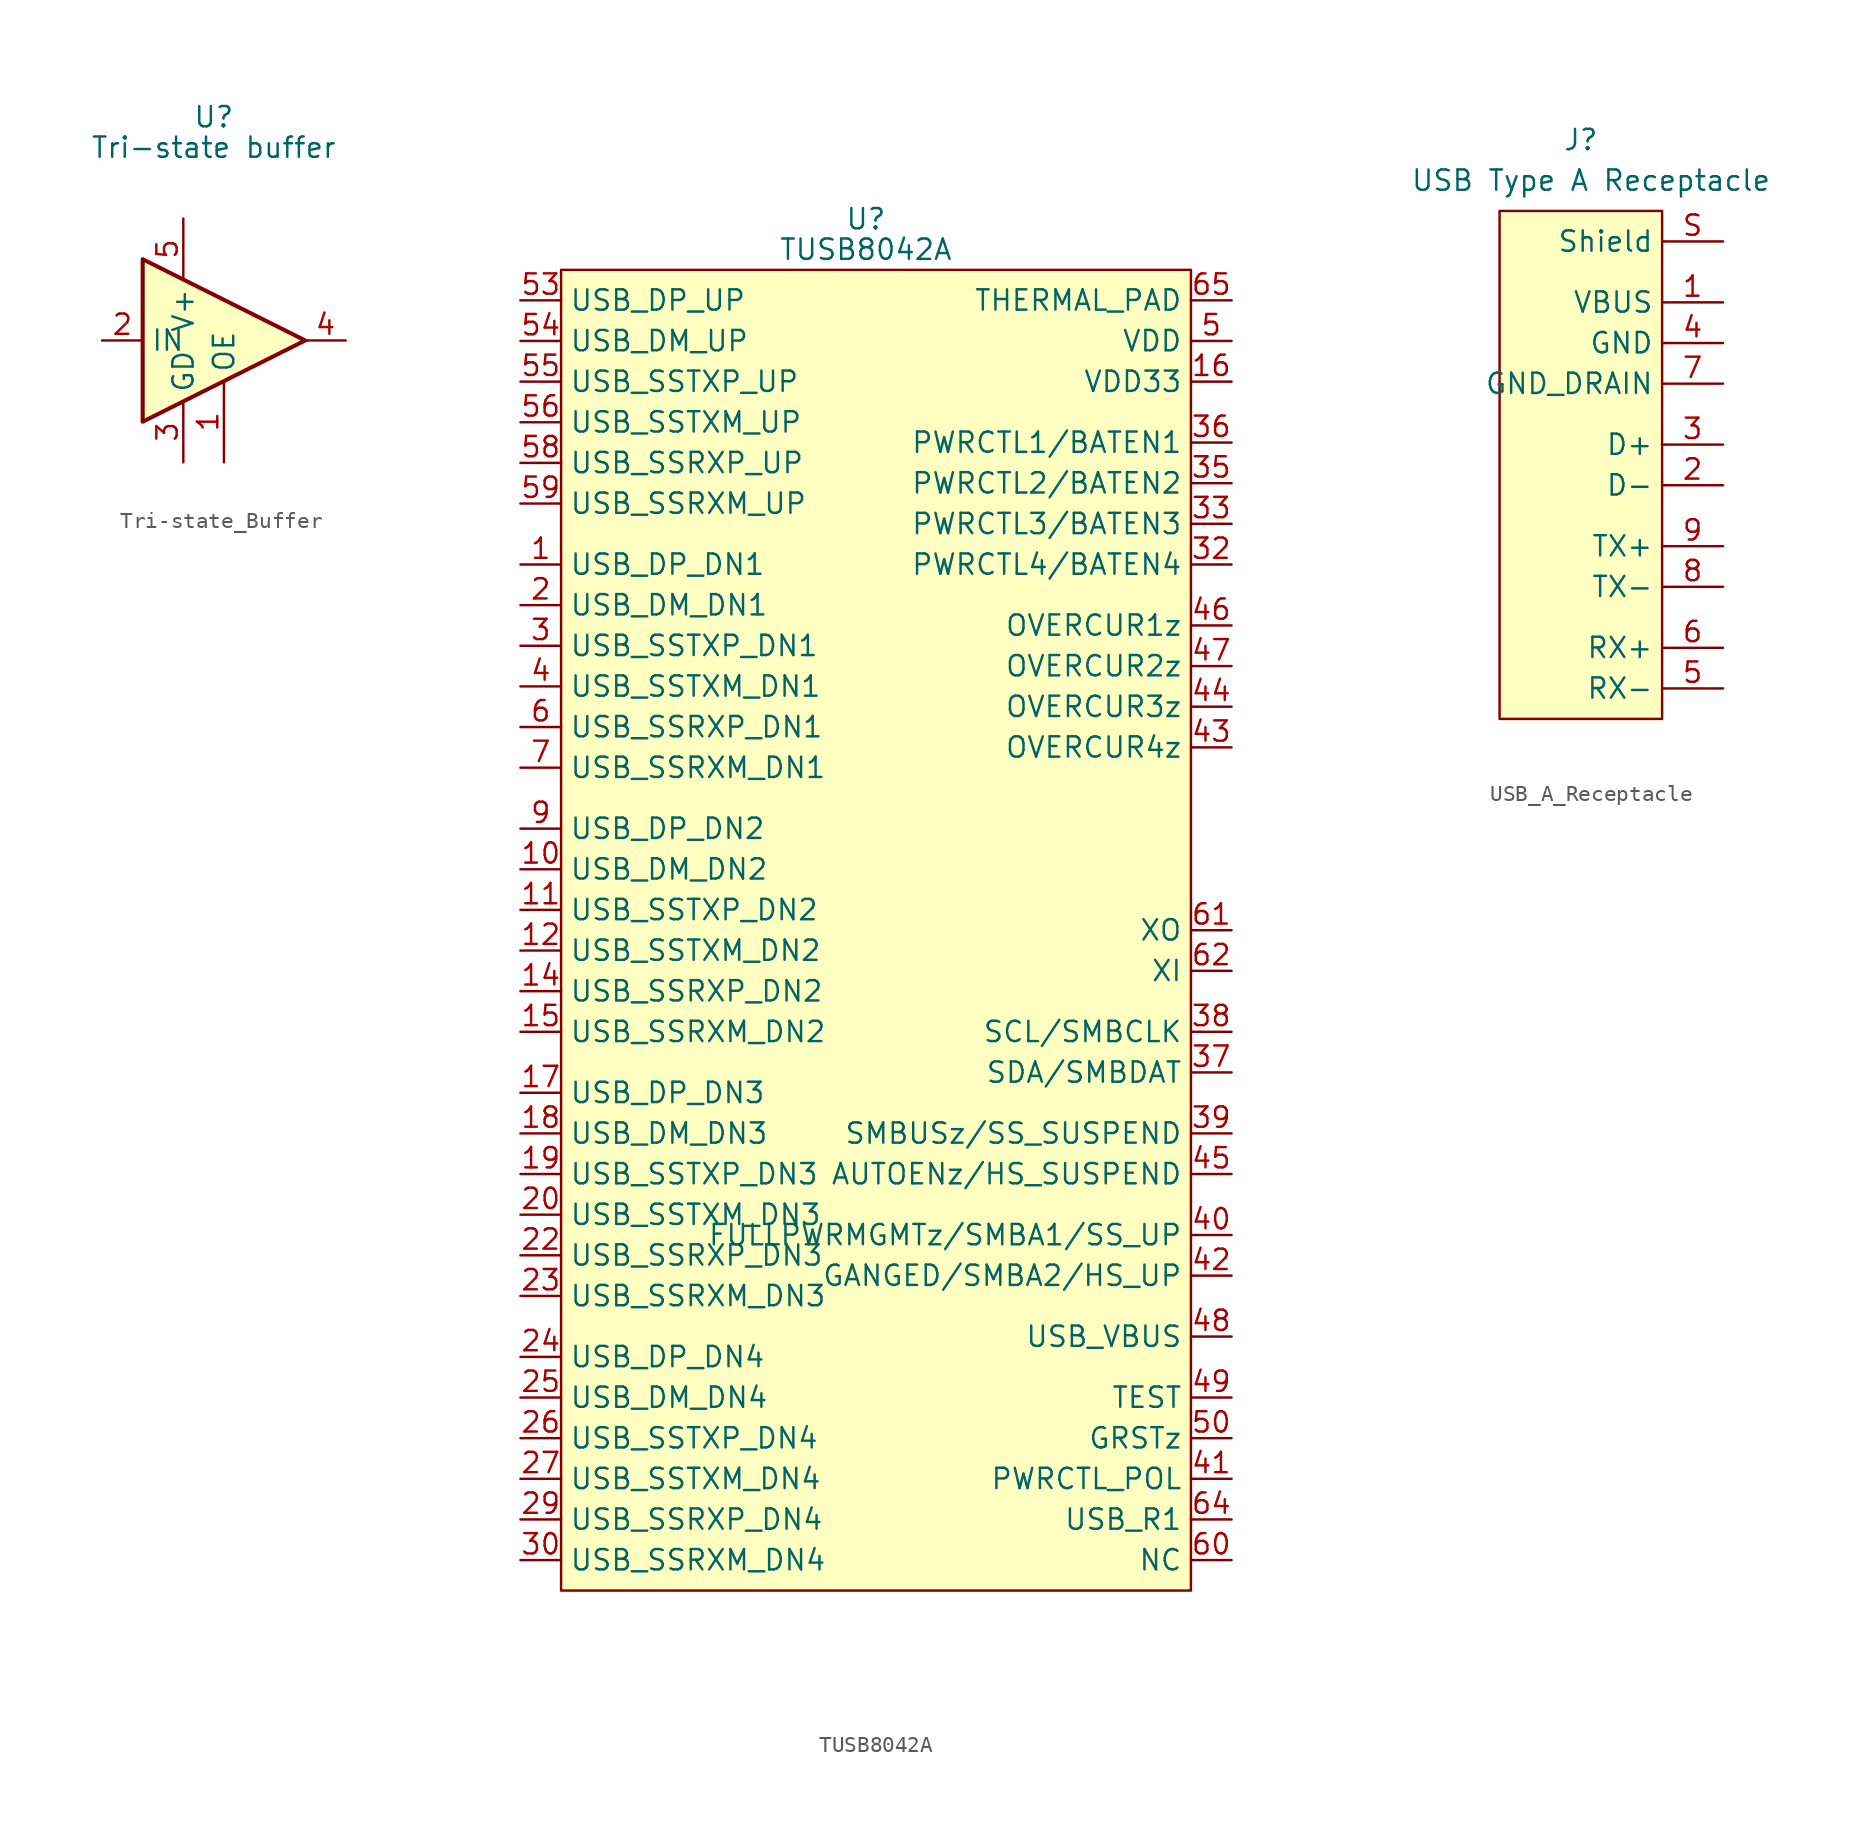
<source format=kicad_sym>
(kicad_symbol_lib
  (version 20220914)
  (generator kicad_symbol_editor)
  (symbol "Tri-state_Buffer"
    (property "Reference" "U"
      (at 0 8.255 0)
      (effects (font (size 1.27 1.27))))
    (property "Value" "Tri-state buffer"
      (at 0 6.35 0)
      (effects (font (size 1.27 1.27))))
    (symbol "Tri-state_Buffer_0_1"
      (polyline (pts (xy -4.445 -0.635) (xy 5.715 -5.715) (xy -4.445 -10.795) (xy -4.445 -0.635)) (stroke (width 0.254) (type default)) (fill (type background))))
    (symbol "Tri-state_Buffer_1_1"
      (pin passive line (at 0.635 -13.335 90) (length 5.08) (name "OE" (effects (font (size 1.27 1.27)))) (number "1" (effects (font (size 1.27 1.27)))))
      (pin input line (at -6.985 -5.715 0) (length 2.54) (name "IN" (effects (font (size 1.27 1.27)))) (number "2" (effects (font (size 1.27 1.27)))))
      (pin power_in line (at -1.905 -13.335 90) (length 3.81) (name "GD" (effects (font (size 1.27 1.27)))) (number "3" (effects (font (size 1.27 1.27)))))
      (pin output line (at 8.255 -5.715 180) (length 2.54) (name "~" (effects (font (size 1.27 1.27)))) (number "4" (effects (font (size 1.27 1.27)))))
      (pin power_in line (at -1.905 1.905 270) (length 3.81) (name "V+" (effects (font (size 1.27 1.27)))) (number "5" (effects (font (size 1.27 1.27)))))))
  (symbol "TUSB8042A"
    (property "Reference" "U"
      (at 21.59 3.81 0)
      (effects (font (size 1.27 1.27))))
    (property "Value" "TUSB8042A"
      (at 21.59 1.905 0)
      (effects (font (size 1.27 1.27))))
    (symbol "TUSB8042A_1_1"
      (rectangle (start 2.54 0.635) (end 41.91 -81.915) (stroke (width 0) (type default)) (fill (type background)))
      (pin input line (at 0 -17.78 0) (length 2.54) (name "USB_DP_DN1" (effects (font (size 1.27 1.27)))) (number "1" (effects (font (size 1.27 1.27)))))
      (pin input line (at 0 -36.83 0) (length 2.54) (name "USB_DM_DN2" (effects (font (size 1.27 1.27)))) (number "10" (effects (font (size 1.27 1.27)))))
      (pin input line (at 0 -39.37 0) (length 2.54) (name "USB_SSTXP_DN2" (effects (font (size 1.27 1.27)))) (number "11" (effects (font (size 1.27 1.27)))))
      (pin input line (at 0 -41.91 0) (length 2.54) (name "USB_SSTXM_DN2" (effects (font (size 1.27 1.27)))) (number "12" (effects (font (size 1.27 1.27)))))
      (pin input line (at 44.45 -3.81 180) (length 2.54) hide (name "VDD" (effects (font (size 1.27 1.27)))) (number "13" (effects (font (size 1.27 1.27)))))
      (pin input line (at 0 -44.45 0) (length 2.54) (name "USB_SSRXP_DN2" (effects (font (size 1.27 1.27)))) (number "14" (effects (font (size 1.27 1.27)))))
      (pin input line (at 0 -46.99 0) (length 2.54) (name "USB_SSRXM_DN2" (effects (font (size 1.27 1.27)))) (number "15" (effects (font (size 1.27 1.27)))))
      (pin input line (at 44.45 -6.35 180) (length 2.54) (name "VDD33" (effects (font (size 1.27 1.27)))) (number "16" (effects (font (size 1.27 1.27)))))
      (pin input line (at 0 -50.8 0) (length 2.54) (name "USB_DP_DN3" (effects (font (size 1.27 1.27)))) (number "17" (effects (font (size 1.27 1.27)))))
      (pin input line (at 0 -53.34 0) (length 2.54) (name "USB_DM_DN3" (effects (font (size 1.27 1.27)))) (number "18" (effects (font (size 1.27 1.27)))))
      (pin input line (at 0 -55.88 0) (length 2.54) (name "USB_SSTXP_DN3" (effects (font (size 1.27 1.27)))) (number "19" (effects (font (size 1.27 1.27)))))
      (pin input line (at 0 -20.32 0) (length 2.54) (name "USB_DM_DN1" (effects (font (size 1.27 1.27)))) (number "2" (effects (font (size 1.27 1.27)))))
      (pin input line (at 0 -58.42 0) (length 2.54) (name "USB_SSTXM_DN3" (effects (font (size 1.27 1.27)))) (number "20" (effects (font (size 1.27 1.27)))))
      (pin input line (at 44.45 -3.81 180) (length 2.54) hide (name "VDD" (effects (font (size 1.27 1.27)))) (number "21" (effects (font (size 1.27 1.27)))))
      (pin input line (at 0 -60.96 0) (length 2.54) (name "USB_SSRXP_DN3" (effects (font (size 1.27 1.27)))) (number "22" (effects (font (size 1.27 1.27)))))
      (pin input line (at 0 -63.5 0) (length 2.54) (name "USB_SSRXM_DN3" (effects (font (size 1.27 1.27)))) (number "23" (effects (font (size 1.27 1.27)))))
      (pin input line (at 0 -67.31 0) (length 2.54) (name "USB_DP_DN4" (effects (font (size 1.27 1.27)))) (number "24" (effects (font (size 1.27 1.27)))))
      (pin input line (at 0 -69.85 0) (length 2.54) (name "USB_DM_DN4" (effects (font (size 1.27 1.27)))) (number "25" (effects (font (size 1.27 1.27)))))
      (pin input line (at 0 -72.39 0) (length 2.54) (name "USB_SSTXP_DN4" (effects (font (size 1.27 1.27)))) (number "26" (effects (font (size 1.27 1.27)))))
      (pin input line (at 0 -74.93 0) (length 2.54) (name "USB_SSTXM_DN4" (effects (font (size 1.27 1.27)))) (number "27" (effects (font (size 1.27 1.27)))))
      (pin input line (at 44.45 -3.81 180) (length 2.54) hide (name "VDD" (effects (font (size 1.27 1.27)))) (number "28" (effects (font (size 1.27 1.27)))))
      (pin input line (at 0 -77.47 0) (length 2.54) (name "USB_SSRXP_DN4" (effects (font (size 1.27 1.27)))) (number "29" (effects (font (size 1.27 1.27)))))
      (pin input line (at 0 -22.86 0) (length 2.54) (name "USB_SSTXP_DN1" (effects (font (size 1.27 1.27)))) (number "3" (effects (font (size 1.27 1.27)))))
      (pin input line (at 0 -80.01 0) (length 2.54) (name "USB_SSRXM_DN4" (effects (font (size 1.27 1.27)))) (number "30" (effects (font (size 1.27 1.27)))))
      (pin input line (at 44.45 -3.81 180) (length 2.54) hide (name "VDD" (effects (font (size 1.27 1.27)))) (number "31" (effects (font (size 1.27 1.27)))))
      (pin input line (at 44.45 -17.78 180) (length 2.54) (name "PWRCTL4/BATEN4" (effects (font (size 1.27 1.27)))) (number "32" (effects (font (size 1.27 1.27)))))
      (pin input line (at 44.45 -15.24 180) (length 2.54) (name "PWRCTL3/BATEN3" (effects (font (size 1.27 1.27)))) (number "33" (effects (font (size 1.27 1.27)))))
      (pin input line (at 44.45 -6.35 180) (length 2.54) hide (name "VDD33" (effects (font (size 1.27 1.27)))) (number "34" (effects (font (size 1.27 1.27)))))
      (pin input line (at 44.45 -12.7 180) (length 2.54) (name "PWRCTL2/BATEN2" (effects (font (size 1.27 1.27)))) (number "35" (effects (font (size 1.27 1.27)))))
      (pin input line (at 44.45 -10.16 180) (length 2.54) (name "PWRCTL1/BATEN1" (effects (font (size 1.27 1.27)))) (number "36" (effects (font (size 1.27 1.27)))))
      (pin input line (at 44.45 -49.53 180) (length 2.54) (name "SDA/SMBDAT" (effects (font (size 1.27 1.27)))) (number "37" (effects (font (size 1.27 1.27)))))
      (pin input line (at 44.45 -46.99 180) (length 2.54) (name "SCL/SMBCLK" (effects (font (size 1.27 1.27)))) (number "38" (effects (font (size 1.27 1.27)))))
      (pin input line (at 44.45 -53.34 180) (length 2.54) (name "SMBUSz/SS_SUSPEND" (effects (font (size 1.27 1.27)))) (number "39" (effects (font (size 1.27 1.27)))))
      (pin input line (at 0 -25.4 0) (length 2.54) (name "USB_SSTXM_DN1" (effects (font (size 1.27 1.27)))) (number "4" (effects (font (size 1.27 1.27)))))
      (pin input line (at 44.45 -59.69 180) (length 2.54) (name "FULLPWRMGMTz/SMBA1/SS_UP" (effects (font (size 1.27 1.27)))) (number "40" (effects (font (size 1.27 1.27)))))
      (pin input line (at 44.45 -74.93 180) (length 2.54) (name "PWRCTL_POL" (effects (font (size 1.27 1.27)))) (number "41" (effects (font (size 1.27 1.27)))))
      (pin input line (at 44.45 -62.23 180) (length 2.54) (name "GANGED/SMBA2/HS_UP" (effects (font (size 1.27 1.27)))) (number "42" (effects (font (size 1.27 1.27)))))
      (pin input line (at 44.45 -29.21 180) (length 2.54) (name "OVERCUR4z" (effects (font (size 1.27 1.27)))) (number "43" (effects (font (size 1.27 1.27)))))
      (pin input line (at 44.45 -26.67 180) (length 2.54) (name "OVERCUR3z" (effects (font (size 1.27 1.27)))) (number "44" (effects (font (size 1.27 1.27)))))
      (pin input line (at 44.45 -55.88 180) (length 2.54) (name "AUTOENz/HS_SUSPEND" (effects (font (size 1.27 1.27)))) (number "45" (effects (font (size 1.27 1.27)))))
      (pin input line (at 44.45 -21.59 180) (length 2.54) (name "OVERCUR1z" (effects (font (size 1.27 1.27)))) (number "46" (effects (font (size 1.27 1.27)))))
      (pin input line (at 44.45 -24.13 180) (length 2.54) (name "OVERCUR2z" (effects (font (size 1.27 1.27)))) (number "47" (effects (font (size 1.27 1.27)))))
      (pin input line (at 44.45 -66.04 180) (length 2.54) (name "USB_VBUS" (effects (font (size 1.27 1.27)))) (number "48" (effects (font (size 1.27 1.27)))))
      (pin input line (at 44.45 -69.85 180) (length 2.54) (name "TEST" (effects (font (size 1.27 1.27)))) (number "49" (effects (font (size 1.27 1.27)))))
      (pin input line (at 44.45 -3.81 180) (length 2.54) (name "VDD" (effects (font (size 1.27 1.27)))) (number "5" (effects (font (size 1.27 1.27)))))
      (pin input line (at 44.45 -72.39 180) (length 2.54) (name "GRSTz" (effects (font (size 1.27 1.27)))) (number "50" (effects (font (size 1.27 1.27)))))
      (pin input line (at 44.45 -3.81 180) (length 2.54) hide (name "VDD" (effects (font (size 1.27 1.27)))) (number "51" (effects (font (size 1.27 1.27)))))
      (pin input line (at 44.45 -6.35 180) (length 2.54) hide (name "VDD33" (effects (font (size 1.27 1.27)))) (number "52" (effects (font (size 1.27 1.27)))))
      (pin input line (at 0 -1.27 0) (length 2.54) (name "USB_DP_UP" (effects (font (size 1.27 1.27)))) (number "53" (effects (font (size 1.27 1.27)))))
      (pin input line (at 0 -3.81 0) (length 2.54) (name "USB_DM_UP" (effects (font (size 1.27 1.27)))) (number "54" (effects (font (size 1.27 1.27)))))
      (pin input line (at 0 -6.35 0) (length 2.54) (name "USB_SSTXP_UP" (effects (font (size 1.27 1.27)))) (number "55" (effects (font (size 1.27 1.27)))))
      (pin input line (at 0 -8.89 0) (length 2.54) (name "USB_SSTXM_UP" (effects (font (size 1.27 1.27)))) (number "56" (effects (font (size 1.27 1.27)))))
      (pin input line (at 44.45 -3.81 180) (length 2.54) hide (name "VDD" (effects (font (size 1.27 1.27)))) (number "57" (effects (font (size 1.27 1.27)))))
      (pin input line (at 0 -11.43 0) (length 2.54) (name "USB_SSRXP_UP" (effects (font (size 1.27 1.27)))) (number "58" (effects (font (size 1.27 1.27)))))
      (pin input line (at 0 -13.97 0) (length 2.54) (name "USB_SSRXM_UP" (effects (font (size 1.27 1.27)))) (number "59" (effects (font (size 1.27 1.27)))))
      (pin input line (at 0 -27.94 0) (length 2.54) (name "USB_SSRXP_DN1" (effects (font (size 1.27 1.27)))) (number "6" (effects (font (size 1.27 1.27)))))
      (pin input line (at 44.45 -80.01 180) (length 2.54) (name "NC" (effects (font (size 1.27 1.27)))) (number "60" (effects (font (size 1.27 1.27)))))
      (pin input line (at 44.45 -40.64 180) (length 2.54) (name "XO" (effects (font (size 1.27 1.27)))) (number "61" (effects (font (size 1.27 1.27)))))
      (pin input line (at 44.45 -43.18 180) (length 2.54) (name "XI" (effects (font (size 1.27 1.27)))) (number "62" (effects (font (size 1.27 1.27)))))
      (pin input line (at 44.45 -6.35 180) (length 2.54) hide (name "VDD33" (effects (font (size 1.27 1.27)))) (number "63" (effects (font (size 1.27 1.27)))))
      (pin input line (at 44.45 -77.47 180) (length 2.54) (name "USB_R1" (effects (font (size 1.27 1.27)))) (number "64" (effects (font (size 1.27 1.27)))))
      (pin input line (at 44.45 -1.27 180) (length 2.54) (name "THERMAL_PAD" (effects (font (size 1.27 1.27)))) (number "65" (effects (font (size 1.27 1.27)))))
      (pin input line (at 0 -30.48 0) (length 2.54) (name "USB_SSRXM_DN1" (effects (font (size 1.27 1.27)))) (number "7" (effects (font (size 1.27 1.27)))))
      (pin input line (at 44.45 -3.81 180) (length 2.54) hide (name "VDD" (effects (font (size 1.27 1.27)))) (number "8" (effects (font (size 1.27 1.27)))))
      (pin input line (at 0 -34.29 0) (length 2.54) (name "USB_DP_DN2" (effects (font (size 1.27 1.27)))) (number "9" (effects (font (size 1.27 1.27)))))))
  (symbol "USB_A_Receptacle"
    (property "Reference" "J"
      (at 0 2.54 0)
      (effects (font (size 1.27 1.27))))
    (property "Value" "USB Type A Receptacle"
      (at 0.635 0 0)
      (effects (font (size 1.27 1.27))))
    (symbol "USB_A_Receptacle_1_1"
      (rectangle (start -5.08 -1.905) (end 5.08 -33.655) (stroke (width 0) (type default)) (fill (type background)))
      (pin input line (at 8.89 -7.62 180) (length 3.81) (name "VBUS" (effects (font (size 1.27 1.27)))) (number "1" (effects (font (size 1.27 1.27)))))
      (pin input line (at 8.89 -19.05 180) (length 3.81) (name "D-" (effects (font (size 1.27 1.27)))) (number "2" (effects (font (size 1.27 1.27)))))
      (pin input line (at 8.89 -16.51 180) (length 3.81) (name "D+" (effects (font (size 1.27 1.27)))) (number "3" (effects (font (size 1.27 1.27)))))
      (pin input line (at 8.89 -10.16 180) (length 3.81) (name "GND" (effects (font (size 1.27 1.27)))) (number "4" (effects (font (size 1.27 1.27)))))
      (pin input line (at 8.89 -31.75 180) (length 3.81) (name "RX-" (effects (font (size 1.27 1.27)))) (number "5" (effects (font (size 1.27 1.27)))))
      (pin input line (at 8.89 -29.21 180) (length 3.81) (name "RX+" (effects (font (size 1.27 1.27)))) (number "6" (effects (font (size 1.27 1.27)))))
      (pin input line (at 8.89 -12.7 180) (length 3.81) (name "GND_DRAIN" (effects (font (size 1.27 1.27)))) (number "7" (effects (font (size 1.27 1.27)))))
      (pin input line (at 8.89 -25.4 180) (length 3.81) (name "TX-" (effects (font (size 1.27 1.27)))) (number "8" (effects (font (size 1.27 1.27)))))
      (pin input line (at 8.89 -22.86 180) (length 3.81) (name "TX+" (effects (font (size 1.27 1.27)))) (number "9" (effects (font (size 1.27 1.27)))))
      (pin input line (at 8.89 -3.81 180) (length 3.81) (name "Shield" (effects (font (size 1.27 1.27)))) (number "S" (effects (font (size 1.27 1.27))))))))
</source>
